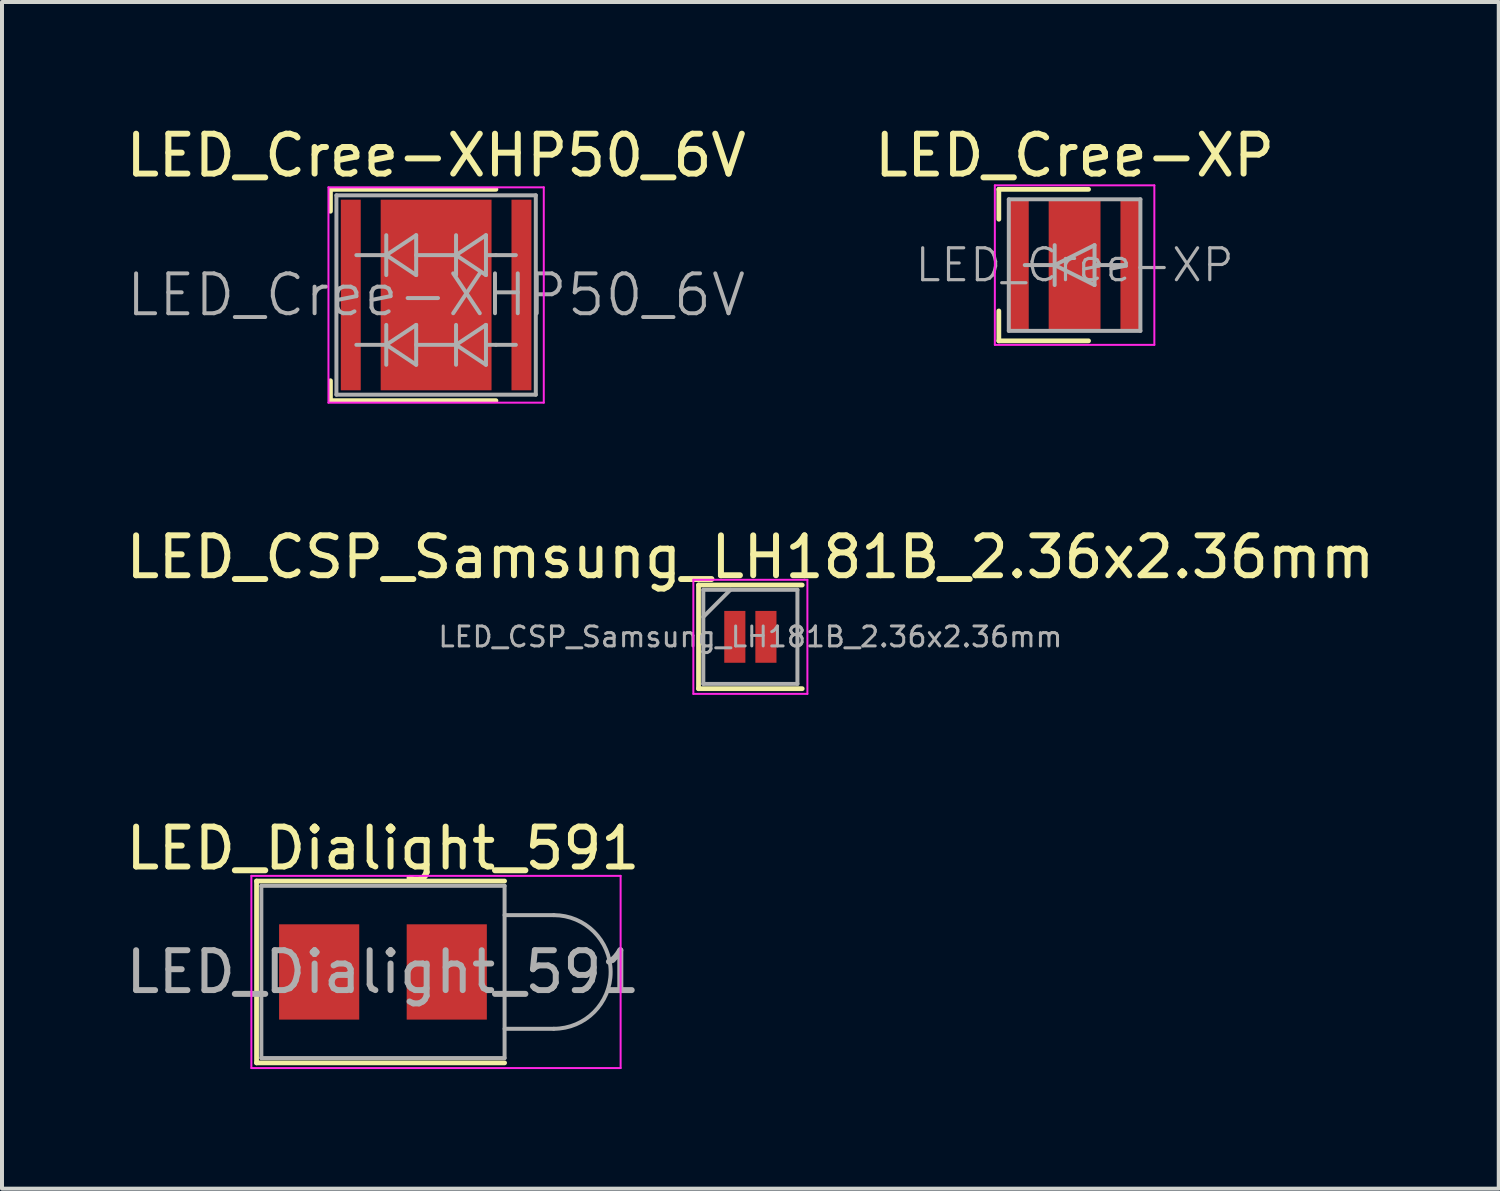
<source format=kicad_pcb>
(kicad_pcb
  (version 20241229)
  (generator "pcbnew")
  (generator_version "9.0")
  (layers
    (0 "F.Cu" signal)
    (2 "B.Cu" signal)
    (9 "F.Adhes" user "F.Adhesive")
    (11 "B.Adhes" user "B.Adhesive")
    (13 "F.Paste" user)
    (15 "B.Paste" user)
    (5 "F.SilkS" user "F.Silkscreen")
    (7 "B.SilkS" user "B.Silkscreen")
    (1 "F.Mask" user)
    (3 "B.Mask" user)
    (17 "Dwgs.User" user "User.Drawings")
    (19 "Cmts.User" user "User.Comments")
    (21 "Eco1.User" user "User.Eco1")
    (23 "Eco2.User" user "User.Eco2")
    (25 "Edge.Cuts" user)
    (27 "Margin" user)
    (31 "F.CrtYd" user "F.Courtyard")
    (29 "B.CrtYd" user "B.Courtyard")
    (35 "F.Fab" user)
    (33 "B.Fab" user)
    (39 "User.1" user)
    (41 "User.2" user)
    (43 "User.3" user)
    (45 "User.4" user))
  (footprint "LED_Cree-XP"
    (layer "F.Cu")
    (at 23.899 3.598)
    (property "Reference" "LED_Cree-XP" (at 0 -2.75 0) (layer "F.SilkS") (effects (font (size 1 1) (thickness 0.15))))
    (attr smd)
    (fp_line (start -1.9 -1.9) (end -1.9 -1.15) (stroke (width 0.12) (type solid)) (layer "F.SilkS"))
    (fp_line (start -1.9 1.9) (end -1.9 1.15) (stroke (width 0.12) (type solid)) (layer "F.SilkS"))
    (fp_line (start 0.35 -1.9) (end -1.9 -1.9) (stroke (width 0.12) (type solid)) (layer "F.SilkS"))
    (fp_line (start 0.35 1.9) (end -1.9 1.9) (stroke (width 0.12) (type solid)) (layer "F.SilkS"))
    (fp_line (start -2 -2) (end 2 -2) (stroke (width 0.05) (type solid)) (layer "F.CrtYd"))
    (fp_line (start -2 2) (end -2 -2) (stroke (width 0.05) (type solid)) (layer "F.CrtYd"))
    (fp_line (start 2 -2) (end 2 2) (stroke (width 0.05) (type solid)) (layer "F.CrtYd"))
    (fp_line (start 2 2) (end -2 2) (stroke (width 0.05) (type solid)) (layer "F.CrtYd"))
    (fp_line (start -1.65 -1.65) (end 1.65 -1.65) (stroke (width 0.1) (type solid)) (layer "F.Fab"))
    (fp_line (start -1.65 1.65) (end -1.65 -1.65) (stroke (width 0.1) (type solid)) (layer "F.Fab"))
    (fp_line (start -1.25 0) (end -0.5 0) (stroke (width 0.1) (type solid)) (layer "F.Fab"))
    (fp_line (start -0.5 -0.5) (end -0.5 0.5) (stroke (width 0.1) (type solid)) (layer "F.Fab"))
    (fp_line (start -0.5 0) (end 0.5 -0.5) (stroke (width 0.1) (type solid)) (layer "F.Fab"))
    (fp_line (start 0.5 -0.5) (end 0.5 0.5) (stroke (width 0.1) (type solid)) (layer "F.Fab"))
    (fp_line (start 0.5 0.5) (end -0.5 0) (stroke (width 0.1) (type solid)) (layer "F.Fab"))
    (fp_line (start 1.25 0) (end 0.5 0) (stroke (width 0.1) (type solid)) (layer "F.Fab"))
    (fp_line (start 1.65 -1.65) (end 1.65 1.65) (stroke (width 0.1) (type solid)) (layer "F.Fab"))
    (fp_line (start 1.65 1.65) (end -1.65 1.65) (stroke (width 0.1) (type solid)) (layer "F.Fab"))
    (fp_text user "${REFERENCE}" (at 0 0 0) (layer "F.Fab") (effects (font (size 0.8 0.8) (thickness 0.08))))
    (pad "" smd rect (at 0 -1) (size 1.01 0.75) (layers "F.Paste"))
    (pad "" smd rect (at 0 0) (size 1.01 0.75) (layers "F.Paste"))
    (pad "" smd rect (at 0 1) (size 1.01 0.75) (layers "F.Paste"))
    (pad "1" smd rect (at -1.4 0) (size 0.5 3.3) (layers "F.Cu" "F.Mask" "F.Paste"))
    (pad "2" smd rect (at 1.4 0) (size 0.5 3.3) (layers "F.Cu" "F.Mask" "F.Paste"))
    (pad "3" smd rect (at 0 0) (size 1.3 3.3) (layers "F.Cu" "F.Mask")))
  (footprint "LED_Cree-XHP50_6V"
    (layer "F.Cu")
    (at 7.887 4.348)
    (property "Reference" "LED_Cree-XHP50_6V" (at 0 -3.5 0) (layer "F.SilkS") (effects (font (size 1 1) (thickness 0.15))))
    (attr smd)
    (fp_line (start -2.65 -2.65) (end -2.65 -2.1) (stroke (width 0.12) (type solid)) (layer "F.SilkS"))
    (fp_line (start -2.65 2.65) (end -2.65 2.15) (stroke (width 0.12) (type solid)) (layer "F.SilkS"))
    (fp_line (start 1.5 -2.65) (end -2.65 -2.65) (stroke (width 0.12) (type solid)) (layer "F.SilkS"))
    (fp_line (start 1.5 2.65) (end -2.65 2.65) (stroke (width 0.12) (type solid)) (layer "F.SilkS"))
    (fp_line (start -2.7 -2.7) (end -2.7 2.7) (stroke (width 0.05) (type solid)) (layer "F.CrtYd"))
    (fp_line (start -2.7 2.7) (end 2.7 2.7) (stroke (width 0.05) (type solid)) (layer "F.CrtYd"))
    (fp_line (start 2.7 -2.7) (end -2.7 -2.7) (stroke (width 0.05) (type solid)) (layer "F.CrtYd"))
    (fp_line (start 2.7 2.7) (end 2.7 -2.7) (stroke (width 0.05) (type solid)) (layer "F.CrtYd"))
    (fp_line (start -2.5 -2.5) (end 2.5 -2.5) (stroke (width 0.1) (type solid)) (layer "F.Fab"))
    (fp_line (start -2.5 2.5) (end -2.5 -2.5) (stroke (width 0.1) (type solid)) (layer "F.Fab"))
    (fp_line (start -2 -1) (end -1.25 -1) (stroke (width 0.1) (type solid)) (layer "F.Fab"))
    (fp_line (start -2 1.25) (end -1.25 1.25) (stroke (width 0.1) (type solid)) (layer "F.Fab"))
    (fp_line (start -1.25 -1) (end -1.25 -1.5) (stroke (width 0.1) (type solid)) (layer "F.Fab"))
    (fp_line (start -1.25 -1) (end -1.25 -0.5) (stroke (width 0.1) (type solid)) (layer "F.Fab"))
    (fp_line (start -1.25 -1) (end -0.5 -1.5) (stroke (width 0.1) (type solid)) (layer "F.Fab"))
    (fp_line (start -1.25 1.25) (end -1.25 0.75) (stroke (width 0.1) (type solid)) (layer "F.Fab"))
    (fp_line (start -1.25 1.25) (end -1.25 1.75) (stroke (width 0.1) (type solid)) (layer "F.Fab"))
    (fp_line (start -1.25 1.25) (end -0.5 0.75) (stroke (width 0.1) (type solid)) (layer "F.Fab"))
    (fp_line (start -0.5 -1.5) (end -0.5 -0.5) (stroke (width 0.1) (type solid)) (layer "F.Fab"))
    (fp_line (start -0.5 -0.5) (end -1.25 -1) (stroke (width 0.1) (type solid)) (layer "F.Fab"))
    (fp_line (start -0.5 0.75) (end -0.5 1.75) (stroke (width 0.1) (type solid)) (layer "F.Fab"))
    (fp_line (start -0.5 1.75) (end -1.25 1.25) (stroke (width 0.1) (type solid)) (layer "F.Fab"))
    (fp_line (start 0.5 -1.5) (end 0.5 -0.5) (stroke (width 0.1) (type solid)) (layer "F.Fab"))
    (fp_line (start 0.5 -1) (end -0.5 -1) (stroke (width 0.1) (type solid)) (layer "F.Fab"))
    (fp_line (start 0.5 -1) (end 1.25 -0.5) (stroke (width 0.1) (type solid)) (layer "F.Fab"))
    (fp_line (start 0.5 0.75) (end 0.5 1.75) (stroke (width 0.1) (type solid)) (layer "F.Fab"))
    (fp_line (start 0.5 1.25) (end -0.5 1.25) (stroke (width 0.1) (type solid)) (layer "F.Fab"))
    (fp_line (start 0.5 1.25) (end 1.25 1.75) (stroke (width 0.1) (type solid)) (layer "F.Fab"))
    (fp_line (start 1.25 -1.5) (end 0.5 -1) (stroke (width 0.1) (type solid)) (layer "F.Fab"))
    (fp_line (start 1.25 -1) (end 1.25 -1.5) (stroke (width 0.1) (type solid)) (layer "F.Fab"))
    (fp_line (start 1.25 -0.5) (end 1.25 -1) (stroke (width 0.1) (type solid)) (layer "F.Fab"))
    (fp_line (start 1.25 0.75) (end 0.5 1.25) (stroke (width 0.1) (type solid)) (layer "F.Fab"))
    (fp_line (start 1.25 1.25) (end 1.25 0.75) (stroke (width 0.1) (type solid)) (layer "F.Fab"))
    (fp_line (start 1.25 1.75) (end 1.25 1.25) (stroke (width 0.1) (type solid)) (layer "F.Fab"))
    (fp_line (start 1.5 -1) (end 1.25 -1) (stroke (width 0.1) (type solid)) (layer "F.Fab"))
    (fp_line (start 1.5 -1) (end 2 -1) (stroke (width 0.1) (type solid)) (layer "F.Fab"))
    (fp_line (start 1.5 1.25) (end 1.25 1.25) (stroke (width 0.1) (type solid)) (layer "F.Fab"))
    (fp_line (start 1.5 1.25) (end 2 1.25) (stroke (width 0.1) (type solid)) (layer "F.Fab"))
    (fp_line (start 2.5 -2.5) (end 2.5 2.5) (stroke (width 0.1) (type solid)) (layer "F.Fab"))
    (fp_line (start 2.5 2.5) (end -2.5 2.5) (stroke (width 0.1) (type solid)) (layer "F.Fab"))
    (fp_text user "${REFERENCE}" (at 0 0 0) (layer "F.Fab") (effects (font (size 1 1) (thickness 0.1))))
    (pad "" smd rect (at -2.14 -1.32) (size 0.5 2.14) (layers "F.Paste"))
    (pad "" smd rect (at -2.14 1.32) (size 0.5 2.14) (layers "F.Paste"))
    (pad "" smd rect (at -0.61 -1.575) (size 0.97 0.8) (layers "F.Paste"))
    (pad "" smd rect (at -0.61 -0.525) (size 0.97 0.8) (layers "F.Paste"))
    (pad "" smd rect (at -0.61 0.525) (size 0.97 0.8) (layers "F.Paste"))
    (pad "" smd rect (at -0.61 1.575) (size 0.97 0.8) (layers "F.Paste"))
    (pad "" smd rect (at 0.61 -1.575) (size 0.97 0.8) (layers "F.Paste"))
    (pad "" smd rect (at 0.61 -0.525) (size 0.97 0.8) (layers "F.Paste"))
    (pad "" smd rect (at 0.61 0.525) (size 0.97 0.8) (layers "F.Paste"))
    (pad "" smd rect (at 0.61 1.575) (size 0.97 0.8) (layers "F.Paste"))
    (pad "" smd rect (at 2.14 -1.32) (size 0.5 2.14) (layers "F.Paste"))
    (pad "" smd rect (at 2.14 1.32) (size 0.5 2.14) (layers "F.Paste"))
    (pad "1" smd rect (at -2.14 0) (size 0.5 4.78) (layers "F.Cu" "F.Mask"))
    (pad "2" smd rect (at 2.14 0) (size 0.5 4.78) (layers "F.Cu" "F.Mask"))
    (pad "3" smd rect (at 0 0) (size 2.78 4.78) (layers "F.Cu" "F.Mask")))
  (footprint "LED_CSP_Samsung_LH181B_2.36x2.36mm"
    (layer "F.Cu")
    (at 15.768 12.921)
    (property "Reference" "LED_CSP_Samsung_LH181B_2.36x2.36mm" (at 0 -2 0) (layer "F.SilkS") (effects (font (size 1 1) (thickness 0.15))))
    (attr smd)
    (fp_line (start -1.3 -1.3) (end 1.3 -1.3) (stroke (width 0.12) (type solid)) (layer "F.SilkS"))
    (fp_line (start -1.3 1.3) (end -1.3 -1.3) (stroke (width 0.12) (type solid)) (layer "F.SilkS"))
    (fp_line (start 1.3 1.3) (end -1.3 1.3) (stroke (width 0.12) (type solid)) (layer "F.SilkS"))
    (fp_line (start -1.43 -1.43) (end 1.43 -1.43) (stroke (width 0.05) (type solid)) (layer "F.CrtYd"))
    (fp_line (start -1.43 1.43) (end -1.43 -1.43) (stroke (width 0.05) (type solid)) (layer "F.CrtYd"))
    (fp_line (start 1.43 -1.43) (end 1.43 1.43) (stroke (width 0.05) (type solid)) (layer "F.CrtYd"))
    (fp_line (start 1.43 1.43) (end -1.43 1.43) (stroke (width 0.05) (type solid)) (layer "F.CrtYd"))
    (fp_line (start -1.18 -1.18) (end 1.18 -1.18) (stroke (width 0.1) (type solid)) (layer "F.Fab"))
    (fp_line (start -1.18 -0.5) (end -0.5 -1.18) (stroke (width 0.1) (type solid)) (layer "F.Fab"))
    (fp_line (start -1.18 1.18) (end -1.18 -1.18) (stroke (width 0.1) (type solid)) (layer "F.Fab"))
    (fp_line (start 1.18 -1.18) (end 1.18 1.18) (stroke (width 0.1) (type solid)) (layer "F.Fab"))
    (fp_line (start 1.18 1.18) (end -1.18 1.18) (stroke (width 0.1) (type solid)) (layer "F.Fab"))
    (fp_text user "${REFERENCE}" (at 0 0 0) (layer "F.Fab") (effects (font (size 0.5 0.5) (thickness 0.075))))
    (pad "1" smd rect (at -0.39 0 90) (size 1.3 0.53) (layers "F.Cu" "F.Mask" "F.Paste"))
    (pad "2" smd rect (at 0.39 0 90) (size 1.3 0.53) (layers "F.Cu" "F.Mask" "F.Paste")))
  (footprint "LED_Dialight_591"
    (layer "F.Cu")
    (at 6.554 21.325)
    (property "Reference" "LED_Dialight_591" (at 0 -3.1 0) (layer "F.SilkS") (effects (font (size 1 1) (thickness 0.15))))
    (attr smd)
    (fp_line (start -3.17 -2.28) (end -3.17 2.28) (stroke (width 0.12) (type solid)) (layer "F.SilkS"))
    (fp_line (start -3.17 -2.28) (end 3.05 -2.28) (stroke (width 0.12) (type solid)) (layer "F.SilkS"))
    (fp_line (start -3.17 2.28) (end 3.05 2.28) (stroke (width 0.12) (type solid)) (layer "F.SilkS"))
    (fp_line (start -3.3 -2.41) (end 5.96 -2.41) (stroke (width 0.05) (type solid)) (layer "F.CrtYd"))
    (fp_line (start -3.3 2.41) (end -3.3 -2.41) (stroke (width 0.05) (type solid)) (layer "F.CrtYd"))
    (fp_line (start -3.3 2.41) (end 5.96 2.41) (stroke (width 0.05) (type solid)) (layer "F.CrtYd"))
    (fp_line (start 5.96 -2.41) (end 5.96 2.41) (stroke (width 0.05) (type solid)) (layer "F.CrtYd"))
    (fp_line (start -3.05 -2.16) (end -3.05 2.16) (stroke (width 0.1) (type solid)) (layer "F.Fab"))
    (fp_line (start -3.05 -2.16) (end 3.05 -2.16) (stroke (width 0.1) (type solid)) (layer "F.Fab"))
    (fp_line (start -3.05 2.16) (end 3.05 2.16) (stroke (width 0.1) (type solid)) (layer "F.Fab"))
    (fp_line (start 3.05 -2.16) (end 3.05 2.16) (stroke (width 0.1) (type solid)) (layer "F.Fab"))
    (fp_line (start 3.05 -1.425) (end 4.285 -1.425) (stroke (width 0.1) (type solid)) (layer "F.Fab"))
    (fp_line (start 3.05 1.425) (end 4.285 1.425) (stroke (width 0.1) (type solid)) (layer "F.Fab"))
    (fp_arc (start 4.285 -1.425) (mid 5.71 0) (end 4.285 1.425) (stroke (width 0.1) (type solid)) (layer "F.Fab"))
    (fp_text user "${REFERENCE}" (at 0 0 0) (layer "F.Fab") (effects (font (size 1 1) (thickness 0.15))))
    (pad "1" smd rect (at -1.6 0) (size 2.01 2.39) (layers "F.Cu" "F.Mask" "F.Paste"))
    (pad "2" smd rect (at 1.6 0) (size 2.01 2.39) (layers "F.Cu" "F.Mask" "F.Paste")))
  (gr_rect
    (start -3 -3)
    (end 34.536 26.76)
    (stroke (width 0.1) (type default))
    (fill no)
    (layer "Edge.Cuts")))
</source>
